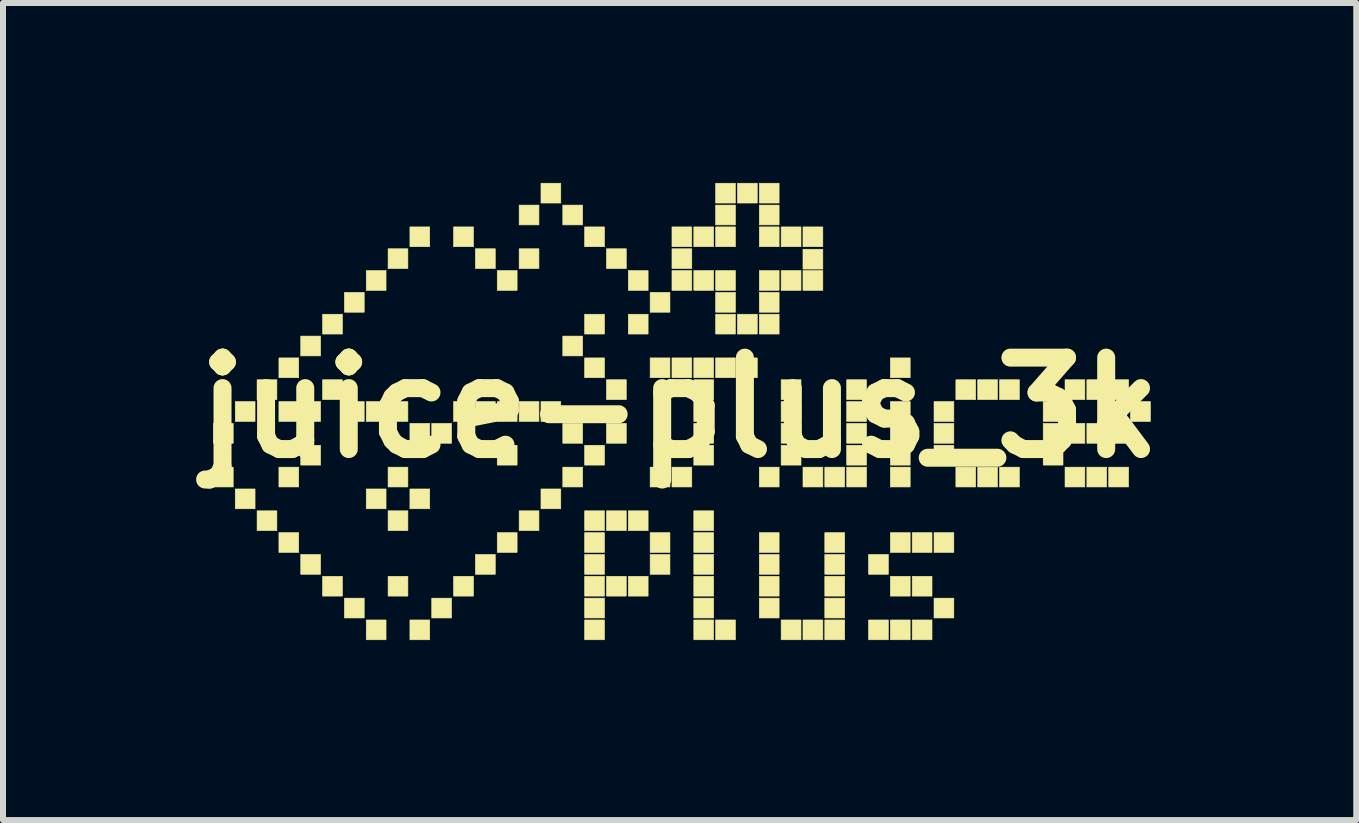
<source format=kicad_pcb>
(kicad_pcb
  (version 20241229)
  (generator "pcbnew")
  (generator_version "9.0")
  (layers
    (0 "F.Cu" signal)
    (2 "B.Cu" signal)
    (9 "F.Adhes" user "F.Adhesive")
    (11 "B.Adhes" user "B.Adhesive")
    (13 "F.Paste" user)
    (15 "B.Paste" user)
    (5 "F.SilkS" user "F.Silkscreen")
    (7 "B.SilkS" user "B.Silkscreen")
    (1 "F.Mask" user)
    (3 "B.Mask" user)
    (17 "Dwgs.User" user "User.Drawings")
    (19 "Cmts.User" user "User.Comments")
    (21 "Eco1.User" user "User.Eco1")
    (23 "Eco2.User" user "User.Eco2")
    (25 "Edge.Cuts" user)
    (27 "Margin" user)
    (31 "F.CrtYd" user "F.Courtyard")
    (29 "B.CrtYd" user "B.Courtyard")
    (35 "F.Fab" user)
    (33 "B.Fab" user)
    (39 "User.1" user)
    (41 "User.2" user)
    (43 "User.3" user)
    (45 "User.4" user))
  (footprint "juice-plus_3k"
    (layer "F.Cu")
    (at 8.28 3.747)
    (property "Reference" "juice-plus_3k" (at 0 0 0) (layer "F.SilkS") (effects (font (size 1.524 1.524) (thickness 0.3))))
    (attr through_hole)
    (fp_poly (pts (xy -7.442 0.593) (xy -7.772 0.593) (xy -7.772 0.262) (xy -7.442 0.262) (xy -7.442 0.593)) (stroke (width 0.01) (type solid)) (fill yes) (layer "F.SilkS"))
    (fp_poly (pts (xy -7.442 1.321) (xy -7.772 1.321) (xy -7.772 0.991) (xy -7.442 0.991) (xy -7.442 1.321)) (stroke (width 0.01) (type solid)) (fill yes) (layer "F.SilkS"))
    (fp_poly (pts (xy -7.078 0.229) (xy -7.408 0.229) (xy -7.408 -0.102) (xy -7.078 -0.102) (xy -7.078 0.229)) (stroke (width 0.01) (type solid)) (fill yes) (layer "F.SilkS"))
    (fp_poly (pts (xy -7.078 1.685) (xy -7.408 1.685) (xy -7.408 1.355) (xy -7.078 1.355) (xy -7.078 1.685)) (stroke (width 0.01) (type solid)) (fill yes) (layer "F.SilkS"))
    (fp_poly (pts (xy -6.714 -0.135) (xy -7.044 -0.135) (xy -7.044 -0.466) (xy -6.714 -0.466) (xy -6.714 -0.135)) (stroke (width 0.01) (type solid)) (fill yes) (layer "F.SilkS"))
    (fp_poly (pts (xy -6.714 2.049) (xy -7.044 2.049) (xy -7.044 1.719) (xy -6.714 1.719) (xy -6.714 2.049)) (stroke (width 0.01) (type solid)) (fill yes) (layer "F.SilkS"))
    (fp_poly (pts (xy -6.35 -0.5) (xy -6.68 -0.5) (xy -6.68 -0.83) (xy -6.35 -0.83) (xy -6.35 -0.5)) (stroke (width 0.01) (type solid)) (fill yes) (layer "F.SilkS"))
    (fp_poly (pts (xy -6.35 0.229) (xy -6.68 0.229) (xy -6.68 -0.102) (xy -6.35 -0.102) (xy -6.35 0.229)) (stroke (width 0.01) (type solid)) (fill yes) (layer "F.SilkS"))
    (fp_poly (pts (xy -6.35 1.321) (xy -6.68 1.321) (xy -6.68 0.991) (xy -6.35 0.991) (xy -6.35 1.321)) (stroke (width 0.01) (type solid)) (fill yes) (layer "F.SilkS"))
    (fp_poly (pts (xy -6.35 2.413) (xy -6.68 2.413) (xy -6.68 2.083) (xy -6.35 2.083) (xy -6.35 2.413)) (stroke (width 0.01) (type solid)) (fill yes) (layer "F.SilkS"))
    (fp_poly (pts (xy -5.986 -0.864) (xy -6.316 -0.864) (xy -6.316 -1.194) (xy -5.986 -1.194) (xy -5.986 -0.864)) (stroke (width 0.01) (type solid)) (fill yes) (layer "F.SilkS"))
    (fp_poly (pts (xy -5.986 0.229) (xy -6.316 0.229) (xy -6.316 -0.102) (xy -5.986 -0.102) (xy -5.986 0.229)) (stroke (width 0.01) (type solid)) (fill yes) (layer "F.SilkS"))
    (fp_poly (pts (xy -5.986 0.957) (xy -6.316 0.957) (xy -6.316 0.627) (xy -5.986 0.627) (xy -5.986 0.957)) (stroke (width 0.01) (type solid)) (fill yes) (layer "F.SilkS"))
    (fp_poly (pts (xy -5.986 2.777) (xy -6.316 2.777) (xy -6.316 2.447) (xy -5.986 2.447) (xy -5.986 2.777)) (stroke (width 0.01) (type solid)) (fill yes) (layer "F.SilkS"))
    (fp_poly (pts (xy -5.622 -1.228) (xy -5.952 -1.228) (xy -5.952 -1.558) (xy -5.622 -1.558) (xy -5.622 -1.228)) (stroke (width 0.01) (type solid)) (fill yes) (layer "F.SilkS"))
    (fp_poly (pts (xy -5.622 -0.135) (xy -5.952 -0.135) (xy -5.952 -0.466) (xy -5.622 -0.466) (xy -5.622 -0.135)) (stroke (width 0.01) (type solid)) (fill yes) (layer "F.SilkS"))
    (fp_poly (pts (xy -5.622 3.141) (xy -5.952 3.141) (xy -5.952 2.811) (xy -5.622 2.811) (xy -5.622 3.141)) (stroke (width 0.01) (type solid)) (fill yes) (layer "F.SilkS"))
    (fp_poly (pts (xy -5.258 -1.592) (xy -5.588 -1.592) (xy -5.588 -1.922) (xy -5.258 -1.922) (xy -5.258 -1.592)) (stroke (width 0.01) (type solid)) (fill yes) (layer "F.SilkS"))
    (fp_poly (pts (xy -5.258 0.229) (xy -5.588 0.229) (xy -5.588 -0.102) (xy -5.258 -0.102) (xy -5.258 0.229)) (stroke (width 0.01) (type solid)) (fill yes) (layer "F.SilkS"))
    (fp_poly (pts (xy -5.258 3.505) (xy -5.588 3.505) (xy -5.588 3.175) (xy -5.258 3.175) (xy -5.258 3.505)) (stroke (width 0.01) (type solid)) (fill yes) (layer "F.SilkS"))
    (fp_poly (pts (xy -4.894 -1.956) (xy -5.224 -1.956) (xy -5.224 -2.286) (xy -4.894 -2.286) (xy -4.894 -1.956)) (stroke (width 0.01) (type solid)) (fill yes) (layer "F.SilkS"))
    (fp_poly (pts (xy -4.894 0.229) (xy -5.224 0.229) (xy -5.224 -0.102) (xy -4.894 -0.102) (xy -4.894 0.229)) (stroke (width 0.01) (type solid)) (fill yes) (layer "F.SilkS"))
    (fp_poly (pts (xy -4.894 1.685) (xy -5.224 1.685) (xy -5.224 1.355) (xy -4.894 1.355) (xy -4.894 1.685)) (stroke (width 0.01) (type solid)) (fill yes) (layer "F.SilkS"))
    (fp_poly (pts (xy -4.894 3.869) (xy -5.224 3.869) (xy -5.224 3.539) (xy -4.894 3.539) (xy -4.894 3.869)) (stroke (width 0.01) (type solid)) (fill yes) (layer "F.SilkS"))
    (fp_poly (pts (xy -4.53 -2.32) (xy -4.86 -2.32) (xy -4.86 -2.65) (xy -4.53 -2.65) (xy -4.53 -2.32)) (stroke (width 0.01) (type solid)) (fill yes) (layer "F.SilkS"))
    (fp_poly (pts (xy -4.53 0.229) (xy -4.86 0.229) (xy -4.86 -0.102) (xy -4.53 -0.102) (xy -4.53 0.229)) (stroke (width 0.01) (type solid)) (fill yes) (layer "F.SilkS"))
    (fp_poly (pts (xy -4.53 1.321) (xy -4.86 1.321) (xy -4.86 0.991) (xy -4.53 0.991) (xy -4.53 1.321)) (stroke (width 0.01) (type solid)) (fill yes) (layer "F.SilkS"))
    (fp_poly (pts (xy -4.53 2.049) (xy -4.86 2.049) (xy -4.86 1.719) (xy -4.53 1.719) (xy -4.53 2.049)) (stroke (width 0.01) (type solid)) (fill yes) (layer "F.SilkS"))
    (fp_poly (pts (xy -4.53 3.141) (xy -4.86 3.141) (xy -4.86 2.811) (xy -4.53 2.811) (xy -4.53 3.141)) (stroke (width 0.01) (type solid)) (fill yes) (layer "F.SilkS"))
    (fp_poly (pts (xy -4.166 -2.684) (xy -4.496 -2.684) (xy -4.496 -3.014) (xy -4.166 -3.014) (xy -4.166 -2.684)) (stroke (width 0.01) (type solid)) (fill yes) (layer "F.SilkS"))
    (fp_poly (pts (xy -4.166 0.593) (xy -4.496 0.593) (xy -4.496 0.262) (xy -4.166 0.262) (xy -4.166 0.593)) (stroke (width 0.01) (type solid)) (fill yes) (layer "F.SilkS"))
    (fp_poly (pts (xy -4.166 1.685) (xy -4.496 1.685) (xy -4.496 1.355) (xy -4.166 1.355) (xy -4.166 1.685)) (stroke (width 0.01) (type solid)) (fill yes) (layer "F.SilkS"))
    (fp_poly (pts (xy -4.166 3.869) (xy -4.496 3.869) (xy -4.496 3.539) (xy -4.166 3.539) (xy -4.166 3.869)) (stroke (width 0.01) (type solid)) (fill yes) (layer "F.SilkS"))
    (fp_poly (pts (xy -3.802 0.593) (xy -4.132 0.593) (xy -4.132 0.262) (xy -3.802 0.262) (xy -3.802 0.593)) (stroke (width 0.01) (type solid)) (fill yes) (layer "F.SilkS"))
    (fp_poly (pts (xy -3.802 3.505) (xy -4.132 3.505) (xy -4.132 3.175) (xy -3.802 3.175) (xy -3.802 3.505)) (stroke (width 0.01) (type solid)) (fill yes) (layer "F.SilkS"))
    (fp_poly (pts (xy -3.437 -2.684) (xy -3.768 -2.684) (xy -3.768 -3.014) (xy -3.437 -3.014) (xy -3.437 -2.684)) (stroke (width 0.01) (type solid)) (fill yes) (layer "F.SilkS"))
    (fp_poly (pts (xy -3.437 0.229) (xy -3.768 0.229) (xy -3.768 -0.102) (xy -3.437 -0.102) (xy -3.437 0.229)) (stroke (width 0.01) (type solid)) (fill yes) (layer "F.SilkS"))
    (fp_poly (pts (xy -3.437 3.141) (xy -3.768 3.141) (xy -3.768 2.811) (xy -3.437 2.811) (xy -3.437 3.141)) (stroke (width 0.01) (type solid)) (fill yes) (layer "F.SilkS"))
    (fp_poly (pts (xy -3.073 -2.32) (xy -3.404 -2.32) (xy -3.404 -2.65) (xy -3.073 -2.65) (xy -3.073 -2.32)) (stroke (width 0.01) (type solid)) (fill yes) (layer "F.SilkS"))
    (fp_poly (pts (xy -3.073 0.229) (xy -3.404 0.229) (xy -3.404 -0.102) (xy -3.073 -0.102) (xy -3.073 0.229)) (stroke (width 0.01) (type solid)) (fill yes) (layer "F.SilkS"))
    (fp_poly (pts (xy -3.073 2.777) (xy -3.404 2.777) (xy -3.404 2.447) (xy -3.073 2.447) (xy -3.073 2.777)) (stroke (width 0.01) (type solid)) (fill yes) (layer "F.SilkS"))
    (fp_poly (pts (xy -2.709 -1.956) (xy -3.04 -1.956) (xy -3.04 -2.286) (xy -2.709 -2.286) (xy -2.709 -1.956)) (stroke (width 0.01) (type solid)) (fill yes) (layer "F.SilkS"))
    (fp_poly (pts (xy -2.709 0.229) (xy -3.04 0.229) (xy -3.04 -0.102) (xy -2.709 -0.102) (xy -2.709 0.229)) (stroke (width 0.01) (type solid)) (fill yes) (layer "F.SilkS"))
    (fp_poly (pts (xy -2.709 0.957) (xy -3.04 0.957) (xy -3.04 0.627) (xy -2.709 0.627) (xy -2.709 0.957)) (stroke (width 0.01) (type solid)) (fill yes) (layer "F.SilkS"))
    (fp_poly (pts (xy -2.709 2.413) (xy -3.04 2.413) (xy -3.04 2.083) (xy -2.709 2.083) (xy -2.709 2.413)) (stroke (width 0.01) (type solid)) (fill yes) (layer "F.SilkS"))
    (fp_poly (pts (xy -2.345 -3.048) (xy -2.675 -3.048) (xy -2.675 -3.378) (xy -2.345 -3.378) (xy -2.345 -3.048)) (stroke (width 0.01) (type solid)) (fill yes) (layer "F.SilkS"))
    (fp_poly (pts (xy -2.345 -2.32) (xy -2.675 -2.32) (xy -2.675 -2.65) (xy -2.345 -2.65) (xy -2.345 -2.32)) (stroke (width 0.01) (type solid)) (fill yes) (layer "F.SilkS"))
    (fp_poly (pts (xy -2.345 0.229) (xy -2.675 0.229) (xy -2.675 -0.102) (xy -2.345 -0.102) (xy -2.345 0.229)) (stroke (width 0.01) (type solid)) (fill yes) (layer "F.SilkS"))
    (fp_poly (pts (xy -2.345 2.049) (xy -2.675 2.049) (xy -2.675 1.719) (xy -2.345 1.719) (xy -2.345 2.049)) (stroke (width 0.01) (type solid)) (fill yes) (layer "F.SilkS"))
    (fp_poly (pts (xy -1.981 -3.412) (xy -2.311 -3.412) (xy -2.311 -3.742) (xy -1.981 -3.742) (xy -1.981 -3.412)) (stroke (width 0.01) (type solid)) (fill yes) (layer "F.SilkS"))
    (fp_poly (pts (xy -1.981 0.229) (xy -2.311 0.229) (xy -2.311 -0.102) (xy -1.981 -0.102) (xy -1.981 0.229)) (stroke (width 0.01) (type solid)) (fill yes) (layer "F.SilkS"))
    (fp_poly (pts (xy -1.981 1.685) (xy -2.311 1.685) (xy -2.311 1.355) (xy -1.981 1.355) (xy -1.981 1.685)) (stroke (width 0.01) (type solid)) (fill yes) (layer "F.SilkS"))
    (fp_poly (pts (xy -1.617 -3.048) (xy -1.947 -3.048) (xy -1.947 -3.378) (xy -1.617 -3.378) (xy -1.617 -3.048)) (stroke (width 0.01) (type solid)) (fill yes) (layer "F.SilkS"))
    (fp_poly (pts (xy -1.617 -0.864) (xy -1.947 -0.864) (xy -1.947 -1.194) (xy -1.617 -1.194) (xy -1.617 -0.864)) (stroke (width 0.01) (type solid)) (fill yes) (layer "F.SilkS"))
    (fp_poly (pts (xy -1.617 0.593) (xy -1.947 0.593) (xy -1.947 0.262) (xy -1.617 0.262) (xy -1.617 0.593)) (stroke (width 0.01) (type solid)) (fill yes) (layer "F.SilkS"))
    (fp_poly (pts (xy -1.617 1.321) (xy -1.947 1.321) (xy -1.947 0.991) (xy -1.617 0.991) (xy -1.617 1.321)) (stroke (width 0.01) (type solid)) (fill yes) (layer "F.SilkS"))
    (fp_poly (pts (xy -1.253 -2.684) (xy -1.583 -2.684) (xy -1.583 -3.014) (xy -1.253 -3.014) (xy -1.253 -2.684)) (stroke (width 0.01) (type solid)) (fill yes) (layer "F.SilkS"))
    (fp_poly (pts (xy -1.253 -1.228) (xy -1.583 -1.228) (xy -1.583 -1.558) (xy -1.253 -1.558) (xy -1.253 -1.228)) (stroke (width 0.01) (type solid)) (fill yes) (layer "F.SilkS"))
    (fp_poly (pts (xy -1.253 -0.5) (xy -1.583 -0.5) (xy -1.583 -0.83) (xy -1.253 -0.83) (xy -1.253 -0.5)) (stroke (width 0.01) (type solid)) (fill yes) (layer "F.SilkS"))
    (fp_poly (pts (xy -1.253 0.957) (xy -1.583 0.957) (xy -1.583 0.627) (xy -1.253 0.627) (xy -1.253 0.957)) (stroke (width 0.01) (type solid)) (fill yes) (layer "F.SilkS"))
    (fp_poly (pts (xy -1.253 2.049) (xy -1.583 2.049) (xy -1.583 1.719) (xy -1.253 1.719) (xy -1.253 2.049)) (stroke (width 0.01) (type solid)) (fill yes) (layer "F.SilkS"))
    (fp_poly (pts (xy -1.253 2.413) (xy -1.583 2.413) (xy -1.583 2.083) (xy -1.253 2.083) (xy -1.253 2.413)) (stroke (width 0.01) (type solid)) (fill yes) (layer "F.SilkS"))
    (fp_poly (pts (xy -1.253 2.777) (xy -1.583 2.777) (xy -1.583 2.447) (xy -1.253 2.447) (xy -1.253 2.777)) (stroke (width 0.01) (type solid)) (fill yes) (layer "F.SilkS"))
    (fp_poly (pts (xy -1.253 3.141) (xy -1.583 3.141) (xy -1.583 2.811) (xy -1.253 2.811) (xy -1.253 3.141)) (stroke (width 0.01) (type solid)) (fill yes) (layer "F.SilkS"))
    (fp_poly (pts (xy -1.253 3.505) (xy -1.583 3.505) (xy -1.583 3.175) (xy -1.253 3.175) (xy -1.253 3.505)) (stroke (width 0.01) (type solid)) (fill yes) (layer "F.SilkS"))
    (fp_poly (pts (xy -1.253 3.869) (xy -1.583 3.869) (xy -1.583 3.539) (xy -1.253 3.539) (xy -1.253 3.869)) (stroke (width 0.01) (type solid)) (fill yes) (layer "F.SilkS"))
    (fp_poly (pts (xy -0.889 -2.32) (xy -1.219 -2.32) (xy -1.219 -2.65) (xy -0.889 -2.65) (xy -0.889 -2.32)) (stroke (width 0.01) (type solid)) (fill yes) (layer "F.SilkS"))
    (fp_poly (pts (xy -0.889 -0.135) (xy -1.219 -0.135) (xy -1.219 -0.466) (xy -0.889 -0.466) (xy -0.889 -0.135)) (stroke (width 0.01) (type solid)) (fill yes) (layer "F.SilkS"))
    (fp_poly (pts (xy -0.889 0.593) (xy -1.219 0.593) (xy -1.219 0.262) (xy -0.889 0.262) (xy -0.889 0.593)) (stroke (width 0.01) (type solid)) (fill yes) (layer "F.SilkS"))
    (fp_poly (pts (xy -0.889 2.049) (xy -1.219 2.049) (xy -1.219 1.719) (xy -0.889 1.719) (xy -0.889 2.049)) (stroke (width 0.01) (type solid)) (fill yes) (layer "F.SilkS"))
    (fp_poly (pts (xy -0.889 3.141) (xy -1.219 3.141) (xy -1.219 2.811) (xy -0.889 2.811) (xy -0.889 3.141)) (stroke (width 0.01) (type solid)) (fill yes) (layer "F.SilkS"))
    (fp_poly (pts (xy -0.525 -1.956) (xy -0.855 -1.956) (xy -0.855 -2.286) (xy -0.525 -2.286) (xy -0.525 -1.956)) (stroke (width 0.01) (type solid)) (fill yes) (layer "F.SilkS"))
    (fp_poly (pts (xy -0.525 -1.228) (xy -0.855 -1.228) (xy -0.855 -1.558) (xy -0.525 -1.558) (xy -0.525 -1.228)) (stroke (width 0.01) (type solid)) (fill yes) (layer "F.SilkS"))
    (fp_poly (pts (xy -0.525 2.049) (xy -0.855 2.049) (xy -0.855 1.719) (xy -0.525 1.719) (xy -0.525 2.049)) (stroke (width 0.01) (type solid)) (fill yes) (layer "F.SilkS"))
    (fp_poly (pts (xy -0.525 3.141) (xy -0.855 3.141) (xy -0.855 2.811) (xy -0.525 2.811) (xy -0.525 3.141)) (stroke (width 0.01) (type solid)) (fill yes) (layer "F.SilkS"))
    (fp_poly (pts (xy -0.161 -1.592) (xy -0.491 -1.592) (xy -0.491 -1.922) (xy -0.161 -1.922) (xy -0.161 -1.592)) (stroke (width 0.01) (type solid)) (fill yes) (layer "F.SilkS"))
    (fp_poly (pts (xy -0.161 -0.5) (xy -0.491 -0.5) (xy -0.491 -0.83) (xy -0.161 -0.83) (xy -0.161 -0.5)) (stroke (width 0.01) (type solid)) (fill yes) (layer "F.SilkS"))
    (fp_poly (pts (xy -0.161 1.321) (xy -0.491 1.321) (xy -0.491 0.991) (xy -0.161 0.991) (xy -0.161 1.321)) (stroke (width 0.01) (type solid)) (fill yes) (layer "F.SilkS"))
    (fp_poly (pts (xy -0.161 2.413) (xy -0.491 2.413) (xy -0.491 2.083) (xy -0.161 2.083) (xy -0.161 2.413)) (stroke (width 0.01) (type solid)) (fill yes) (layer "F.SilkS"))
    (fp_poly (pts (xy -0.161 2.777) (xy -0.491 2.777) (xy -0.491 2.447) (xy -0.161 2.447) (xy -0.161 2.777)) (stroke (width 0.01) (type solid)) (fill yes) (layer "F.SilkS"))
    (fp_poly (pts (xy 0.203 -2.684) (xy -0.127 -2.684) (xy -0.127 -3.014) (xy 0.203 -3.014) (xy 0.203 -2.684)) (stroke (width 0.01) (type solid)) (fill yes) (layer "F.SilkS"))
    (fp_poly (pts (xy 0.203 -2.32) (xy -0.127 -2.32) (xy -0.127 -2.65) (xy 0.203 -2.65) (xy 0.203 -2.32)) (stroke (width 0.01) (type solid)) (fill yes) (layer "F.SilkS"))
    (fp_poly (pts (xy 0.203 -1.956) (xy -0.127 -1.956) (xy -0.127 -2.286) (xy 0.203 -2.286) (xy 0.203 -1.956)) (stroke (width 0.01) (type solid)) (fill yes) (layer "F.SilkS"))
    (fp_poly (pts (xy 0.203 -0.5) (xy -0.127 -0.5) (xy -0.127 -0.83) (xy 0.203 -0.83) (xy 0.203 -0.5)) (stroke (width 0.01) (type solid)) (fill yes) (layer "F.SilkS"))
    (fp_poly (pts (xy 0.203 1.321) (xy -0.127 1.321) (xy -0.127 0.991) (xy 0.203 0.991) (xy 0.203 1.321)) (stroke (width 0.01) (type solid)) (fill yes) (layer "F.SilkS"))
    (fp_poly (pts (xy 0.567 -2.684) (xy 0.237 -2.684) (xy 0.237 -3.014) (xy 0.567 -3.014) (xy 0.567 -2.684)) (stroke (width 0.01) (type solid)) (fill yes) (layer "F.SilkS"))
    (fp_poly (pts (xy 0.567 -1.956) (xy 0.237 -1.956) (xy 0.237 -2.286) (xy 0.567 -2.286) (xy 0.567 -1.956)) (stroke (width 0.01) (type solid)) (fill yes) (layer "F.SilkS"))
    (fp_poly (pts (xy 0.567 -0.5) (xy 0.237 -0.5) (xy 0.237 -0.83) (xy 0.567 -0.83) (xy 0.567 -0.5)) (stroke (width 0.01) (type solid)) (fill yes) (layer "F.SilkS"))
    (fp_poly (pts (xy 0.567 -0.135) (xy 0.237 -0.135) (xy 0.237 -0.466) (xy 0.567 -0.466) (xy 0.567 -0.135)) (stroke (width 0.01) (type solid)) (fill yes) (layer "F.SilkS"))
    (fp_poly (pts (xy 0.567 0.229) (xy 0.237 0.229) (xy 0.237 -0.102) (xy 0.567 -0.102) (xy 0.567 0.229)) (stroke (width 0.01) (type solid)) (fill yes) (layer "F.SilkS"))
    (fp_poly (pts (xy 0.567 0.593) (xy 0.237 0.593) (xy 0.237 0.262) (xy 0.567 0.262) (xy 0.567 0.593)) (stroke (width 0.01) (type solid)) (fill yes) (layer "F.SilkS"))
    (fp_poly (pts (xy 0.567 0.957) (xy 0.237 0.957) (xy 0.237 0.627) (xy 0.567 0.627) (xy 0.567 0.957)) (stroke (width 0.01) (type solid)) (fill yes) (layer "F.SilkS"))
    (fp_poly (pts (xy 0.567 2.049) (xy 0.237 2.049) (xy 0.237 1.719) (xy 0.567 1.719) (xy 0.567 2.049)) (stroke (width 0.01) (type solid)) (fill yes) (layer "F.SilkS"))
    (fp_poly (pts (xy 0.567 2.413) (xy 0.237 2.413) (xy 0.237 2.083) (xy 0.567 2.083) (xy 0.567 2.413)) (stroke (width 0.01) (type solid)) (fill yes) (layer "F.SilkS"))
    (fp_poly (pts (xy 0.567 2.777) (xy 0.237 2.777) (xy 0.237 2.447) (xy 0.567 2.447) (xy 0.567 2.777)) (stroke (width 0.01) (type solid)) (fill yes) (layer "F.SilkS"))
    (fp_poly (pts (xy 0.567 3.141) (xy 0.237 3.141) (xy 0.237 2.811) (xy 0.567 2.811) (xy 0.567 3.141)) (stroke (width 0.01) (type solid)) (fill yes) (layer "F.SilkS"))
    (fp_poly (pts (xy 0.567 3.505) (xy 0.237 3.505) (xy 0.237 3.175) (xy 0.567 3.175) (xy 0.567 3.505)) (stroke (width 0.01) (type solid)) (fill yes) (layer "F.SilkS"))
    (fp_poly (pts (xy 0.567 3.869) (xy 0.237 3.869) (xy 0.237 3.539) (xy 0.567 3.539) (xy 0.567 3.869)) (stroke (width 0.01) (type solid)) (fill yes) (layer "F.SilkS"))
    (fp_poly (pts (xy 0.931 -3.412) (xy 0.601 -3.412) (xy 0.601 -3.742) (xy 0.931 -3.742) (xy 0.931 -3.412)) (stroke (width 0.01) (type solid)) (fill yes) (layer "F.SilkS"))
    (fp_poly (pts (xy 0.931 -3.048) (xy 0.601 -3.048) (xy 0.601 -3.378) (xy 0.931 -3.378) (xy 0.931 -3.048)) (stroke (width 0.01) (type solid)) (fill yes) (layer "F.SilkS"))
    (fp_poly (pts (xy 0.931 -2.684) (xy 0.601 -2.684) (xy 0.601 -3.014) (xy 0.931 -3.014) (xy 0.931 -2.684)) (stroke (width 0.01) (type solid)) (fill yes) (layer "F.SilkS"))
    (fp_poly (pts (xy 0.931 -1.956) (xy 0.601 -1.956) (xy 0.601 -2.286) (xy 0.931 -2.286) (xy 0.931 -1.956)) (stroke (width 0.01) (type solid)) (fill yes) (layer "F.SilkS"))
    (fp_poly (pts (xy 0.931 -1.592) (xy 0.601 -1.592) (xy 0.601 -1.922) (xy 0.931 -1.922) (xy 0.931 -1.592)) (stroke (width 0.01) (type solid)) (fill yes) (layer "F.SilkS"))
    (fp_poly (pts (xy 0.931 -1.228) (xy 0.601 -1.228) (xy 0.601 -1.558) (xy 0.931 -1.558) (xy 0.931 -1.228)) (stroke (width 0.01) (type solid)) (fill yes) (layer "F.SilkS"))
    (fp_poly (pts (xy 0.931 -0.5) (xy 0.601 -0.5) (xy 0.601 -0.83) (xy 0.931 -0.83) (xy 0.931 -0.5)) (stroke (width 0.01) (type solid)) (fill yes) (layer "F.SilkS"))
    (fp_poly (pts (xy 0.931 3.869) (xy 0.601 3.869) (xy 0.601 3.539) (xy 0.931 3.539) (xy 0.931 3.869)) (stroke (width 0.01) (type solid)) (fill yes) (layer "F.SilkS"))
    (fp_poly (pts (xy 1.295 -3.412) (xy 0.965 -3.412) (xy 0.965 -3.742) (xy 1.295 -3.742) (xy 1.295 -3.412)) (stroke (width 0.01) (type solid)) (fill yes) (layer "F.SilkS"))
    (fp_poly (pts (xy 1.295 -1.228) (xy 0.965 -1.228) (xy 0.965 -1.558) (xy 1.295 -1.558) (xy 1.295 -1.228)) (stroke (width 0.01) (type solid)) (fill yes) (layer "F.SilkS"))
    (fp_poly (pts (xy 1.295 -0.5) (xy 0.965 -0.5) (xy 0.965 -0.83) (xy 1.295 -0.83) (xy 1.295 -0.5)) (stroke (width 0.01) (type solid)) (fill yes) (layer "F.SilkS"))
    (fp_poly (pts (xy 1.659 -3.412) (xy 1.329 -3.412) (xy 1.329 -3.742) (xy 1.659 -3.742) (xy 1.659 -3.412)) (stroke (width 0.01) (type solid)) (fill yes) (layer "F.SilkS"))
    (fp_poly (pts (xy 1.659 -3.048) (xy 1.329 -3.048) (xy 1.329 -3.378) (xy 1.659 -3.378) (xy 1.659 -3.048)) (stroke (width 0.01) (type solid)) (fill yes) (layer "F.SilkS"))
    (fp_poly (pts (xy 1.659 -2.684) (xy 1.329 -2.684) (xy 1.329 -3.014) (xy 1.659 -3.014) (xy 1.659 -2.684)) (stroke (width 0.01) (type solid)) (fill yes) (layer "F.SilkS"))
    (fp_poly (pts (xy 1.659 -1.956) (xy 1.329 -1.956) (xy 1.329 -2.286) (xy 1.659 -2.286) (xy 1.659 -1.956)) (stroke (width 0.01) (type solid)) (fill yes) (layer "F.SilkS"))
    (fp_poly (pts (xy 1.659 -1.592) (xy 1.329 -1.592) (xy 1.329 -1.922) (xy 1.659 -1.922) (xy 1.659 -1.592)) (stroke (width 0.01) (type solid)) (fill yes) (layer "F.SilkS"))
    (fp_poly (pts (xy 1.659 -1.228) (xy 1.329 -1.228) (xy 1.329 -1.558) (xy 1.659 -1.558) (xy 1.659 -1.228)) (stroke (width 0.01) (type solid)) (fill yes) (layer "F.SilkS"))
    (fp_poly (pts (xy 1.659 1.321) (xy 1.329 1.321) (xy 1.329 0.991) (xy 1.659 0.991) (xy 1.659 1.321)) (stroke (width 0.01) (type solid)) (fill yes) (layer "F.SilkS"))
    (fp_poly (pts (xy 1.659 2.413) (xy 1.329 2.413) (xy 1.329 2.083) (xy 1.659 2.083) (xy 1.659 2.413)) (stroke (width 0.01) (type solid)) (fill yes) (layer "F.SilkS"))
    (fp_poly (pts (xy 1.659 2.777) (xy 1.329 2.777) (xy 1.329 2.447) (xy 1.659 2.447) (xy 1.659 2.777)) (stroke (width 0.01) (type solid)) (fill yes) (layer "F.SilkS"))
    (fp_poly (pts (xy 1.659 3.141) (xy 1.329 3.141) (xy 1.329 2.811) (xy 1.659 2.811) (xy 1.659 3.141)) (stroke (width 0.01) (type solid)) (fill yes) (layer "F.SilkS"))
    (fp_poly (pts (xy 1.659 3.505) (xy 1.329 3.505) (xy 1.329 3.175) (xy 1.659 3.175) (xy 1.659 3.505)) (stroke (width 0.01) (type solid)) (fill yes) (layer "F.SilkS"))
    (fp_poly (pts (xy 2.024 -2.684) (xy 1.693 -2.684) (xy 1.693 -3.014) (xy 2.024 -3.014) (xy 2.024 -2.684)) (stroke (width 0.01) (type solid)) (fill yes) (layer "F.SilkS"))
    (fp_poly (pts (xy 2.024 -1.956) (xy 1.693 -1.956) (xy 1.693 -2.286) (xy 2.024 -2.286) (xy 2.024 -1.956)) (stroke (width 0.01) (type solid)) (fill yes) (layer "F.SilkS"))
    (fp_poly (pts (xy 2.024 -0.135) (xy 1.693 -0.135) (xy 1.693 -0.466) (xy 2.024 -0.466) (xy 2.024 -0.135)) (stroke (width 0.01) (type solid)) (fill yes) (layer "F.SilkS"))
    (fp_poly (pts (xy 2.024 0.229) (xy 1.693 0.229) (xy 1.693 -0.102) (xy 2.024 -0.102) (xy 2.024 0.229)) (stroke (width 0.01) (type solid)) (fill yes) (layer "F.SilkS"))
    (fp_poly (pts (xy 2.024 0.593) (xy 1.693 0.593) (xy 1.693 0.262) (xy 2.024 0.262) (xy 2.024 0.593)) (stroke (width 0.01) (type solid)) (fill yes) (layer "F.SilkS"))
    (fp_poly (pts (xy 2.024 0.957) (xy 1.693 0.957) (xy 1.693 0.627) (xy 2.024 0.627) (xy 2.024 0.957)) (stroke (width 0.01) (type solid)) (fill yes) (layer "F.SilkS"))
    (fp_poly (pts (xy 2.024 3.869) (xy 1.693 3.869) (xy 1.693 3.539) (xy 2.024 3.539) (xy 2.024 3.869)) (stroke (width 0.01) (type solid)) (fill yes) (layer "F.SilkS"))
    (fp_poly (pts (xy 2.388 -2.684) (xy 2.057 -2.684) (xy 2.057 -3.014) (xy 2.388 -3.014) (xy 2.388 -2.684)) (stroke (width 0.01) (type solid)) (fill yes) (layer "F.SilkS"))
    (fp_poly (pts (xy 2.388 -2.311) (xy 2.057 -2.311) (xy 2.057 -2.642) (xy 2.388 -2.642) (xy 2.388 -2.311)) (stroke (width 0.01) (type solid)) (fill yes) (layer "F.SilkS"))
    (fp_poly (pts (xy 2.388 -1.956) (xy 2.057 -1.956) (xy 2.057 -2.286) (xy 2.388 -2.286) (xy 2.388 -1.956)) (stroke (width 0.01) (type solid)) (fill yes) (layer "F.SilkS"))
    (fp_poly (pts (xy 2.388 1.321) (xy 2.057 1.321) (xy 2.057 0.991) (xy 2.388 0.991) (xy 2.388 1.321)) (stroke (width 0.01) (type solid)) (fill yes) (layer "F.SilkS"))
    (fp_poly (pts (xy 2.388 3.869) (xy 2.057 3.869) (xy 2.057 3.539) (xy 2.388 3.539) (xy 2.388 3.869)) (stroke (width 0.01) (type solid)) (fill yes) (layer "F.SilkS"))
    (fp_poly (pts (xy 2.752 1.321) (xy 2.421 1.321) (xy 2.421 0.991) (xy 2.752 0.991) (xy 2.752 1.321)) (stroke (width 0.01) (type solid)) (fill yes) (layer "F.SilkS"))
    (fp_poly (pts (xy 2.752 2.413) (xy 2.421 2.413) (xy 2.421 2.083) (xy 2.752 2.083) (xy 2.752 2.413)) (stroke (width 0.01) (type solid)) (fill yes) (layer "F.SilkS"))
    (fp_poly (pts (xy 2.752 2.777) (xy 2.421 2.777) (xy 2.421 2.447) (xy 2.752 2.447) (xy 2.752 2.777)) (stroke (width 0.01) (type solid)) (fill yes) (layer "F.SilkS"))
    (fp_poly (pts (xy 2.752 3.141) (xy 2.421 3.141) (xy 2.421 2.811) (xy 2.752 2.811) (xy 2.752 3.141)) (stroke (width 0.01) (type solid)) (fill yes) (layer "F.SilkS"))
    (fp_poly (pts (xy 2.752 3.505) (xy 2.421 3.505) (xy 2.421 3.175) (xy 2.752 3.175) (xy 2.752 3.505)) (stroke (width 0.01) (type solid)) (fill yes) (layer "F.SilkS"))
    (fp_poly (pts (xy 2.752 3.869) (xy 2.421 3.869) (xy 2.421 3.539) (xy 2.752 3.539) (xy 2.752 3.869)) (stroke (width 0.01) (type solid)) (fill yes) (layer "F.SilkS"))
    (fp_poly (pts (xy 3.116 -0.135) (xy 2.786 -0.135) (xy 2.786 -0.466) (xy 3.116 -0.466) (xy 3.116 -0.135)) (stroke (width 0.01) (type solid)) (fill yes) (layer "F.SilkS"))
    (fp_poly (pts (xy 3.116 0.229) (xy 2.786 0.229) (xy 2.786 -0.102) (xy 3.116 -0.102) (xy 3.116 0.229)) (stroke (width 0.01) (type solid)) (fill yes) (layer "F.SilkS"))
    (fp_poly (pts (xy 3.116 0.593) (xy 2.786 0.593) (xy 2.786 0.262) (xy 3.116 0.262) (xy 3.116 0.593)) (stroke (width 0.01) (type solid)) (fill yes) (layer "F.SilkS"))
    (fp_poly (pts (xy 3.116 0.957) (xy 2.786 0.957) (xy 2.786 0.627) (xy 3.116 0.627) (xy 3.116 0.957)) (stroke (width 0.01) (type solid)) (fill yes) (layer "F.SilkS"))
    (fp_poly (pts (xy 3.116 1.321) (xy 2.786 1.321) (xy 2.786 0.991) (xy 3.116 0.991) (xy 3.116 1.321)) (stroke (width 0.01) (type solid)) (fill yes) (layer "F.SilkS"))
    (fp_poly (pts (xy 3.48 2.777) (xy 3.15 2.777) (xy 3.15 2.447) (xy 3.48 2.447) (xy 3.48 2.777)) (stroke (width 0.01) (type solid)) (fill yes) (layer "F.SilkS"))
    (fp_poly (pts (xy 3.48 3.869) (xy 3.15 3.869) (xy 3.15 3.539) (xy 3.48 3.539) (xy 3.48 3.869)) (stroke (width 0.01) (type solid)) (fill yes) (layer "F.SilkS"))
    (fp_poly (pts (xy 3.844 -0.5) (xy 3.514 -0.5) (xy 3.514 -0.83) (xy 3.844 -0.83) (xy 3.844 -0.5)) (stroke (width 0.01) (type solid)) (fill yes) (layer "F.SilkS"))
    (fp_poly (pts (xy 3.844 0.229) (xy 3.514 0.229) (xy 3.514 -0.102) (xy 3.844 -0.102) (xy 3.844 0.229)) (stroke (width 0.01) (type solid)) (fill yes) (layer "F.SilkS"))
    (fp_poly (pts (xy 3.844 0.593) (xy 3.514 0.593) (xy 3.514 0.262) (xy 3.844 0.262) (xy 3.844 0.593)) (stroke (width 0.01) (type solid)) (fill yes) (layer "F.SilkS"))
    (fp_poly (pts (xy 3.844 0.957) (xy 3.514 0.957) (xy 3.514 0.627) (xy 3.844 0.627) (xy 3.844 0.957)) (stroke (width 0.01) (type solid)) (fill yes) (layer "F.SilkS"))
    (fp_poly (pts (xy 3.844 1.321) (xy 3.514 1.321) (xy 3.514 0.991) (xy 3.844 0.991) (xy 3.844 1.321)) (stroke (width 0.01) (type solid)) (fill yes) (layer "F.SilkS"))
    (fp_poly (pts (xy 3.844 2.413) (xy 3.514 2.413) (xy 3.514 2.083) (xy 3.844 2.083) (xy 3.844 2.413)) (stroke (width 0.01) (type solid)) (fill yes) (layer "F.SilkS"))
    (fp_poly (pts (xy 3.844 3.141) (xy 3.514 3.141) (xy 3.514 2.811) (xy 3.844 2.811) (xy 3.844 3.141)) (stroke (width 0.01) (type solid)) (fill yes) (layer "F.SilkS"))
    (fp_poly (pts (xy 3.844 3.869) (xy 3.514 3.869) (xy 3.514 3.539) (xy 3.844 3.539) (xy 3.844 3.869)) (stroke (width 0.01) (type solid)) (fill yes) (layer "F.SilkS"))
    (fp_poly (pts (xy 4.208 2.413) (xy 3.878 2.413) (xy 3.878 2.083) (xy 4.208 2.083) (xy 4.208 2.413)) (stroke (width 0.01) (type solid)) (fill yes) (layer "F.SilkS"))
    (fp_poly (pts (xy 4.208 3.141) (xy 3.878 3.141) (xy 3.878 2.811) (xy 4.208 2.811) (xy 4.208 3.141)) (stroke (width 0.01) (type solid)) (fill yes) (layer "F.SilkS"))
    (fp_poly (pts (xy 4.208 3.869) (xy 3.878 3.869) (xy 3.878 3.539) (xy 4.208 3.539) (xy 4.208 3.869)) (stroke (width 0.01) (type solid)) (fill yes) (layer "F.SilkS"))
    (fp_poly (pts (xy 4.572 0.229) (xy 4.242 0.229) (xy 4.242 -0.102) (xy 4.572 -0.102) (xy 4.572 0.229)) (stroke (width 0.01) (type solid)) (fill yes) (layer "F.SilkS"))
    (fp_poly (pts (xy 4.572 0.593) (xy 4.242 0.593) (xy 4.242 0.262) (xy 4.572 0.262) (xy 4.572 0.593)) (stroke (width 0.01) (type solid)) (fill yes) (layer "F.SilkS"))
    (fp_poly (pts (xy 4.572 0.957) (xy 4.242 0.957) (xy 4.242 0.627) (xy 4.572 0.627) (xy 4.572 0.957)) (stroke (width 0.01) (type solid)) (fill yes) (layer "F.SilkS"))
    (fp_poly (pts (xy 4.572 2.413) (xy 4.242 2.413) (xy 4.242 2.083) (xy 4.572 2.083) (xy 4.572 2.413)) (stroke (width 0.01) (type solid)) (fill yes) (layer "F.SilkS"))
    (fp_poly (pts (xy 4.572 3.505) (xy 4.242 3.505) (xy 4.242 3.175) (xy 4.572 3.175) (xy 4.572 3.505)) (stroke (width 0.01) (type solid)) (fill yes) (layer "F.SilkS"))
    (fp_poly (pts (xy 4.936 -0.135) (xy 4.606 -0.135) (xy 4.606 -0.466) (xy 4.936 -0.466) (xy 4.936 -0.135)) (stroke (width 0.01) (type solid)) (fill yes) (layer "F.SilkS"))
    (fp_poly (pts (xy 4.936 1.321) (xy 4.606 1.321) (xy 4.606 0.991) (xy 4.936 0.991) (xy 4.936 1.321)) (stroke (width 0.01) (type solid)) (fill yes) (layer "F.SilkS"))
    (fp_poly (pts (xy 5.3 -0.135) (xy 4.97 -0.135) (xy 4.97 -0.466) (xy 5.3 -0.466) (xy 5.3 -0.135)) (stroke (width 0.01) (type solid)) (fill yes) (layer "F.SilkS"))
    (fp_poly (pts (xy 5.3 1.321) (xy 4.97 1.321) (xy 4.97 0.991) (xy 5.3 0.991) (xy 5.3 1.321)) (stroke (width 0.01) (type solid)) (fill yes) (layer "F.SilkS"))
    (fp_poly (pts (xy 5.664 -0.135) (xy 5.334 -0.135) (xy 5.334 -0.466) (xy 5.664 -0.466) (xy 5.664 -0.135)) (stroke (width 0.01) (type solid)) (fill yes) (layer "F.SilkS"))
    (fp_poly (pts (xy 5.664 1.321) (xy 5.334 1.321) (xy 5.334 0.991) (xy 5.664 0.991) (xy 5.664 1.321)) (stroke (width 0.01) (type solid)) (fill yes) (layer "F.SilkS"))
    (fp_poly (pts (xy 6.392 0.229) (xy 6.062 0.229) (xy 6.062 -0.102) (xy 6.392 -0.102) (xy 6.392 0.229)) (stroke (width 0.01) (type solid)) (fill yes) (layer "F.SilkS"))
    (fp_poly (pts (xy 6.392 0.593) (xy 6.062 0.593) (xy 6.062 0.262) (xy 6.392 0.262) (xy 6.392 0.593)) (stroke (width 0.01) (type solid)) (fill yes) (layer "F.SilkS"))
    (fp_poly (pts (xy 6.392 0.957) (xy 6.062 0.957) (xy 6.062 0.627) (xy 6.392 0.627) (xy 6.392 0.957)) (stroke (width 0.01) (type solid)) (fill yes) (layer "F.SilkS"))
    (fp_poly (pts (xy 6.756 -0.135) (xy 6.426 -0.135) (xy 6.426 -0.466) (xy 6.756 -0.466) (xy 6.756 -0.135)) (stroke (width 0.01) (type solid)) (fill yes) (layer "F.SilkS"))
    (fp_poly (pts (xy 6.756 0.593) (xy 6.426 0.593) (xy 6.426 0.262) (xy 6.756 0.262) (xy 6.756 0.593)) (stroke (width 0.01) (type solid)) (fill yes) (layer "F.SilkS"))
    (fp_poly (pts (xy 6.756 1.321) (xy 6.426 1.321) (xy 6.426 0.991) (xy 6.756 0.991) (xy 6.756 1.321)) (stroke (width 0.01) (type solid)) (fill yes) (layer "F.SilkS"))
    (fp_poly (pts (xy 7.12 -0.135) (xy 6.79 -0.135) (xy 6.79 -0.466) (xy 7.12 -0.466) (xy 7.12 -0.135)) (stroke (width 0.01) (type solid)) (fill yes) (layer "F.SilkS"))
    (fp_poly (pts (xy 7.12 0.593) (xy 6.79 0.593) (xy 6.79 0.262) (xy 7.12 0.262) (xy 7.12 0.593)) (stroke (width 0.01) (type solid)) (fill yes) (layer "F.SilkS"))
    (fp_poly (pts (xy 7.12 1.321) (xy 6.79 1.321) (xy 6.79 0.991) (xy 7.12 0.991) (xy 7.12 1.321)) (stroke (width 0.01) (type solid)) (fill yes) (layer "F.SilkS"))
    (fp_poly (pts (xy 7.485 -0.135) (xy 7.154 -0.135) (xy 7.154 -0.466) (xy 7.485 -0.466) (xy 7.485 -0.135)) (stroke (width 0.01) (type solid)) (fill yes) (layer "F.SilkS"))
    (fp_poly (pts (xy 7.485 0.593) (xy 7.154 0.593) (xy 7.154 0.262) (xy 7.485 0.262) (xy 7.485 0.593)) (stroke (width 0.01) (type solid)) (fill yes) (layer "F.SilkS"))
    (fp_poly (pts (xy 7.485 1.321) (xy 7.154 1.321) (xy 7.154 0.991) (xy 7.485 0.991) (xy 7.485 1.321)) (stroke (width 0.01) (type solid)) (fill yes) (layer "F.SilkS"))
    (fp_poly (pts (xy 7.849 0.229) (xy 7.518 0.229) (xy 7.518 -0.102) (xy 7.849 -0.102) (xy 7.849 0.229)) (stroke (width 0.01) (type solid)) (fill yes) (layer "F.SilkS")))
  (gr_rect
    (start -3 -3)
    (end 19.561 10.622)
    (stroke (width 0.1) (type default))
    (fill no)
    (layer "Edge.Cuts")))
</source>
